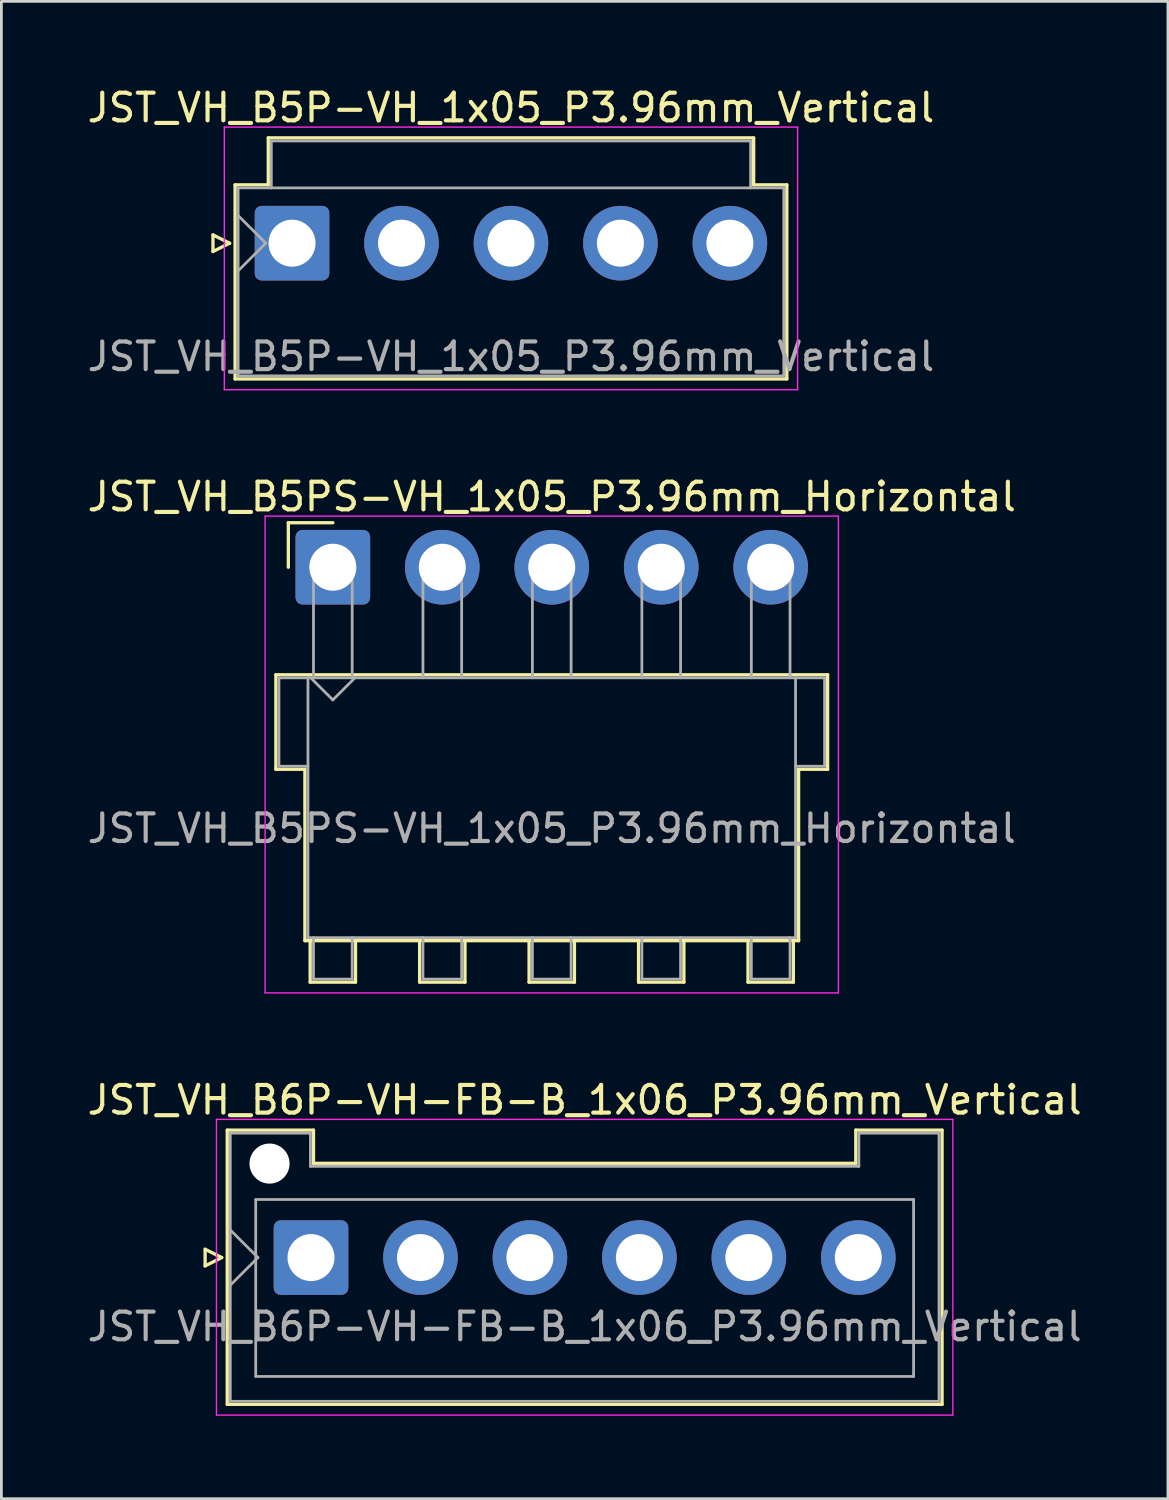
<source format=kicad_pcb>
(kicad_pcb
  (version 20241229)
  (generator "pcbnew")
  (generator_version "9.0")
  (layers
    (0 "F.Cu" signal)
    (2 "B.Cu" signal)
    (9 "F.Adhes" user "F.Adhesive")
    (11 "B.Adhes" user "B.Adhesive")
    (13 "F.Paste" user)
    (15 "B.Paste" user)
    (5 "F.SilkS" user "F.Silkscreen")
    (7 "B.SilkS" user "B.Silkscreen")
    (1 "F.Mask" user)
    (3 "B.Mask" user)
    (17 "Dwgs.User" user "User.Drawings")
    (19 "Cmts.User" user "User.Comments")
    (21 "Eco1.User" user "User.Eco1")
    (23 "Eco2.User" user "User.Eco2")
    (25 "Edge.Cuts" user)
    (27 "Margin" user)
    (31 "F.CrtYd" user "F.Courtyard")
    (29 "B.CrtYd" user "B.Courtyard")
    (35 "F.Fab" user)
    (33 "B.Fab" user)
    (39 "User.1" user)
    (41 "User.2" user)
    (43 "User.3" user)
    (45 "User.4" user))
  (footprint "JST_VH_B6P-VH-FB-B_1x06_P3.96mm_Vertical"
    (layer "F.Cu")
    (at 8.201 42.445)
    (property "Reference" "JST_VH_B6P-VH-FB-B_1x06_P3.96mm_Vertical" (at 9.9 -5.7 0) (layer "F.SilkS") (effects (font (size 1 1) (thickness 0.15))))
    (attr through_hole)
    (fp_line (start -3.83 -0.3) (end -3.23 0) (stroke (width 0.12) (type solid)) (layer "F.SilkS"))
    (fp_line (start -3.83 0.3) (end -3.83 -0.3) (stroke (width 0.12) (type solid)) (layer "F.SilkS"))
    (fp_line (start -3.23 0) (end -3.83 0.3) (stroke (width 0.12) (type solid)) (layer "F.SilkS"))
    (fp_line (start -3.03 -4.61) (end 0.09 -4.61) (stroke (width 0.12) (type solid)) (layer "F.SilkS"))
    (fp_line (start -3.03 5.31) (end -3.03 -4.61) (stroke (width 0.12) (type solid)) (layer "F.SilkS"))
    (fp_line (start 0.09 -4.61) (end 0.09 -3.41) (stroke (width 0.12) (type solid)) (layer "F.SilkS"))
    (fp_line (start 0.09 -3.41) (end 19.71 -3.41) (stroke (width 0.12) (type solid)) (layer "F.SilkS"))
    (fp_line (start 19.71 -4.61) (end 22.83 -4.61) (stroke (width 0.12) (type solid)) (layer "F.SilkS"))
    (fp_line (start 19.71 -3.41) (end 19.71 -4.61) (stroke (width 0.12) (type solid)) (layer "F.SilkS"))
    (fp_line (start 22.83 -4.61) (end 22.83 5.31) (stroke (width 0.12) (type solid)) (layer "F.SilkS"))
    (fp_line (start 22.83 5.31) (end -3.03 5.31) (stroke (width 0.12) (type solid)) (layer "F.SilkS"))
    (fp_line (start -3.42 -5) (end -3.42 5.7) (stroke (width 0.05) (type solid)) (layer "F.CrtYd"))
    (fp_line (start -3.42 5.7) (end 23.22 5.7) (stroke (width 0.05) (type solid)) (layer "F.CrtYd"))
    (fp_line (start 23.22 -5) (end -3.42 -5) (stroke (width 0.05) (type solid)) (layer "F.CrtYd"))
    (fp_line (start 23.22 5.7) (end 23.22 -5) (stroke (width 0.05) (type solid)) (layer "F.CrtYd"))
    (fp_line (start -2.92 -4.5) (end -0.02 -4.5) (stroke (width 0.1) (type solid)) (layer "F.Fab"))
    (fp_line (start -2.92 -1) (end -1.92 0) (stroke (width 0.1) (type solid)) (layer "F.Fab"))
    (fp_line (start -2.92 1) (end -1.92 0) (stroke (width 0.1) (type solid)) (layer "F.Fab"))
    (fp_line (start -2.92 5.2) (end -2.92 -4.5) (stroke (width 0.1) (type solid)) (layer "F.Fab"))
    (fp_line (start -2 -2.1) (end 21.8 -2.1) (stroke (width 0.1) (type solid)) (layer "F.Fab"))
    (fp_line (start -2 4.3) (end -2 -2.1) (stroke (width 0.1) (type solid)) (layer "F.Fab"))
    (fp_line (start -0.02 -4.5) (end -0.02 -3.3) (stroke (width 0.1) (type solid)) (layer "F.Fab"))
    (fp_line (start -0.02 -3.3) (end 19.82 -3.3) (stroke (width 0.1) (type solid)) (layer "F.Fab"))
    (fp_line (start 19.82 -4.5) (end 22.72 -4.5) (stroke (width 0.1) (type solid)) (layer "F.Fab"))
    (fp_line (start 19.82 -3.3) (end 19.82 -4.5) (stroke (width 0.1) (type solid)) (layer "F.Fab"))
    (fp_line (start 21.8 -2.1) (end 21.8 4.3) (stroke (width 0.1) (type solid)) (layer "F.Fab"))
    (fp_line (start 21.8 4.3) (end -2 4.3) (stroke (width 0.1) (type solid)) (layer "F.Fab"))
    (fp_line (start 22.72 -4.5) (end 22.72 5.2) (stroke (width 0.1) (type solid)) (layer "F.Fab"))
    (fp_line (start 22.72 5.2) (end -2.92 5.2) (stroke (width 0.1) (type solid)) (layer "F.Fab"))
    (fp_text user "${REFERENCE}" (at 9.9 2.5 0) (layer "F.Fab") (effects (font (size 1 1) (thickness 0.15))))
    (pad "" np_thru_hole circle (at -1.5 -3.4) (size 1.45 1.45) (drill 1.45) (layers "*.Cu" "*.Mask"))
    (pad "1" thru_hole roundrect (at 0 0) (size 2.7 2.7) (drill 1.7) (layers "*.Cu" "*.Mask") (roundrect_rratio 0.093))
    (pad "2" thru_hole circle (at 3.96 0) (size 2.7 2.7) (drill 1.7) (layers "*.Cu" "*.Mask"))
    (pad "3" thru_hole circle (at 7.92 0) (size 2.7 2.7) (drill 1.7) (layers "*.Cu" "*.Mask"))
    (pad "4" thru_hole circle (at 11.88 0) (size 2.7 2.7) (drill 1.7) (layers "*.Cu" "*.Mask"))
    (pad "5" thru_hole circle (at 15.84 0) (size 2.7 2.7) (drill 1.7) (layers "*.Cu" "*.Mask"))
    (pad "6" thru_hole circle (at 19.8 0) (size 2.7 2.7) (drill 1.7) (layers "*.Cu" "*.Mask")))
  (footprint "JST_VH_B5P-VH_1x05_P3.96mm_Vertical"
    (layer "F.Cu")
    (at 7.515 5.748)
    (property "Reference" "JST_VH_B5P-VH_1x05_P3.96mm_Vertical" (at 7.92 -4.9 0) (layer "F.SilkS") (effects (font (size 1 1) (thickness 0.15))))
    (attr through_hole)
    (fp_line (start -2.86 -0.3) (end -2.26 0) (stroke (width 0.12) (type solid)) (layer "F.SilkS"))
    (fp_line (start -2.86 0.3) (end -2.86 -0.3) (stroke (width 0.12) (type solid)) (layer "F.SilkS"))
    (fp_line (start -2.26 0) (end -2.86 0.3) (stroke (width 0.12) (type solid)) (layer "F.SilkS"))
    (fp_line (start -2.06 -2.11) (end -0.86 -2.11) (stroke (width 0.12) (type solid)) (layer "F.SilkS"))
    (fp_line (start -2.06 4.91) (end -2.06 -2.11) (stroke (width 0.12) (type solid)) (layer "F.SilkS"))
    (fp_line (start -0.86 -3.81) (end 16.7 -3.81) (stroke (width 0.12) (type solid)) (layer "F.SilkS"))
    (fp_line (start -0.86 -2.11) (end -0.86 -3.81) (stroke (width 0.12) (type solid)) (layer "F.SilkS"))
    (fp_line (start 16.7 -3.81) (end 16.7 -2.11) (stroke (width 0.12) (type solid)) (layer "F.SilkS"))
    (fp_line (start 16.7 -2.11) (end 17.9 -2.11) (stroke (width 0.12) (type solid)) (layer "F.SilkS"))
    (fp_line (start 17.9 -2.11) (end 17.9 4.91) (stroke (width 0.12) (type solid)) (layer "F.SilkS"))
    (fp_line (start 17.9 4.91) (end -2.06 4.91) (stroke (width 0.12) (type solid)) (layer "F.SilkS"))
    (fp_line (start -2.45 -4.2) (end -2.45 5.3) (stroke (width 0.05) (type solid)) (layer "F.CrtYd"))
    (fp_line (start -2.45 5.3) (end 18.29 5.3) (stroke (width 0.05) (type solid)) (layer "F.CrtYd"))
    (fp_line (start 18.29 -4.2) (end -2.45 -4.2) (stroke (width 0.05) (type solid)) (layer "F.CrtYd"))
    (fp_line (start 18.29 5.3) (end 18.29 -4.2) (stroke (width 0.05) (type solid)) (layer "F.CrtYd"))
    (fp_line (start -1.95 -2) (end -1.95 4.8) (stroke (width 0.1) (type solid)) (layer "F.Fab"))
    (fp_line (start -1.95 -1) (end -0.95 0) (stroke (width 0.1) (type solid)) (layer "F.Fab"))
    (fp_line (start -1.95 1) (end -0.95 0) (stroke (width 0.1) (type solid)) (layer "F.Fab"))
    (fp_line (start -1.95 4.8) (end 17.79 4.8) (stroke (width 0.1) (type solid)) (layer "F.Fab"))
    (fp_line (start -0.75 -3.7) (end 16.59 -3.7) (stroke (width 0.1) (type solid)) (layer "F.Fab"))
    (fp_line (start -0.75 -2) (end -0.75 -3.7) (stroke (width 0.1) (type solid)) (layer "F.Fab"))
    (fp_line (start 16.59 -3.7) (end 16.59 -2) (stroke (width 0.1) (type solid)) (layer "F.Fab"))
    (fp_line (start 17.79 -2) (end -1.95 -2) (stroke (width 0.1) (type solid)) (layer "F.Fab"))
    (fp_line (start 17.79 4.8) (end 17.79 -2) (stroke (width 0.1) (type solid)) (layer "F.Fab"))
    (fp_text user "${REFERENCE}" (at 7.92 4.1 0) (layer "F.Fab") (effects (font (size 1 1) (thickness 0.15))))
    (pad "1" thru_hole roundrect (at 0 0) (size 2.7 2.7) (drill 1.7) (layers "*.Cu" "*.Mask") (roundrect_rratio 0.093))
    (pad "2" thru_hole circle (at 3.96 0) (size 2.7 2.7) (drill 1.7) (layers "*.Cu" "*.Mask"))
    (pad "3" thru_hole circle (at 7.92 0) (size 2.7 2.7) (drill 1.7) (layers "*.Cu" "*.Mask"))
    (pad "4" thru_hole circle (at 11.88 0) (size 2.7 2.7) (drill 1.7) (layers "*.Cu" "*.Mask"))
    (pad "5" thru_hole circle (at 15.84 0) (size 2.7 2.7) (drill 1.7) (layers "*.Cu" "*.Mask")))
  (footprint "JST_VH_B5PS-VH_1x05_P3.96mm_Horizontal"
    (layer "F.Cu")
    (at 8.991 17.471)
    (property "Reference" "JST_VH_B5PS-VH_1x05_P3.96mm_Horizontal" (at 7.92 -2.55 0) (layer "F.SilkS") (effects (font (size 1 1) (thickness 0.15))))
    (attr through_hole)
    (fp_line (start -2.06 3.89) (end 17.9 3.89) (stroke (width 0.12) (type solid)) (layer "F.SilkS"))
    (fp_line (start -2.06 7.31) (end -2.06 3.89) (stroke (width 0.12) (type solid)) (layer "F.SilkS"))
    (fp_line (start -1.61 -1.61) (end -1.61 0) (stroke (width 0.12) (type solid)) (layer "F.SilkS"))
    (fp_line (start -1.01 7.31) (end -2.06 7.31) (stroke (width 0.12) (type solid)) (layer "F.SilkS"))
    (fp_line (start -1.01 13.51) (end -1.01 7.31) (stroke (width 0.12) (type solid)) (layer "F.SilkS"))
    (fp_line (start -0.82 13.51) (end -0.82 15.01) (stroke (width 0.12) (type solid)) (layer "F.SilkS"))
    (fp_line (start -0.82 15.01) (end 0.82 15.01) (stroke (width 0.12) (type solid)) (layer "F.SilkS"))
    (fp_line (start 0 -1.61) (end -1.61 -1.61) (stroke (width 0.12) (type solid)) (layer "F.SilkS"))
    (fp_line (start 0.82 15.01) (end 0.82 13.51) (stroke (width 0.12) (type solid)) (layer "F.SilkS"))
    (fp_line (start 3.14 13.51) (end 3.14 15.01) (stroke (width 0.12) (type solid)) (layer "F.SilkS"))
    (fp_line (start 3.14 15.01) (end 4.78 15.01) (stroke (width 0.12) (type solid)) (layer "F.SilkS"))
    (fp_line (start 4.78 15.01) (end 4.78 13.51) (stroke (width 0.12) (type solid)) (layer "F.SilkS"))
    (fp_line (start 7.1 13.51) (end 7.1 15.01) (stroke (width 0.12) (type solid)) (layer "F.SilkS"))
    (fp_line (start 7.1 15.01) (end 8.74 15.01) (stroke (width 0.12) (type solid)) (layer "F.SilkS"))
    (fp_line (start 8.74 15.01) (end 8.74 13.51) (stroke (width 0.12) (type solid)) (layer "F.SilkS"))
    (fp_line (start 11.06 13.51) (end 11.06 15.01) (stroke (width 0.12) (type solid)) (layer "F.SilkS"))
    (fp_line (start 11.06 15.01) (end 12.7 15.01) (stroke (width 0.12) (type solid)) (layer "F.SilkS"))
    (fp_line (start 12.7 15.01) (end 12.7 13.51) (stroke (width 0.12) (type solid)) (layer "F.SilkS"))
    (fp_line (start 15.02 13.51) (end 15.02 15.01) (stroke (width 0.12) (type solid)) (layer "F.SilkS"))
    (fp_line (start 15.02 15.01) (end 16.66 15.01) (stroke (width 0.12) (type solid)) (layer "F.SilkS"))
    (fp_line (start 16.66 15.01) (end 16.66 13.51) (stroke (width 0.12) (type solid)) (layer "F.SilkS"))
    (fp_line (start 16.85 7.31) (end 16.85 13.51) (stroke (width 0.12) (type solid)) (layer "F.SilkS"))
    (fp_line (start 16.85 13.51) (end -1.01 13.51) (stroke (width 0.12) (type solid)) (layer "F.SilkS"))
    (fp_line (start 17.9 3.89) (end 17.9 7.31) (stroke (width 0.12) (type solid)) (layer "F.SilkS"))
    (fp_line (start 17.9 7.31) (end 16.85 7.31) (stroke (width 0.12) (type solid)) (layer "F.SilkS"))
    (fp_line (start -2.45 -1.85) (end -2.45 15.4) (stroke (width 0.05) (type solid)) (layer "F.CrtYd"))
    (fp_line (start -2.45 15.4) (end 18.29 15.4) (stroke (width 0.05) (type solid)) (layer "F.CrtYd"))
    (fp_line (start 18.29 -1.85) (end -2.45 -1.85) (stroke (width 0.05) (type solid)) (layer "F.CrtYd"))
    (fp_line (start 18.29 15.4) (end 18.29 -1.85) (stroke (width 0.05) (type solid)) (layer "F.CrtYd"))
    (fp_line (start -1.95 4) (end -0.9 4) (stroke (width 0.1) (type solid)) (layer "F.Fab"))
    (fp_line (start -1.95 7.2) (end -1.95 4) (stroke (width 0.1) (type solid)) (layer "F.Fab"))
    (fp_line (start -0.9 4) (end -0.9 13.4) (stroke (width 0.1) (type solid)) (layer "F.Fab"))
    (fp_line (start -0.9 7.2) (end -1.95 7.2) (stroke (width 0.1) (type solid)) (layer "F.Fab"))
    (fp_line (start -0.9 13.4) (end 16.74 13.4) (stroke (width 0.1) (type solid)) (layer "F.Fab"))
    (fp_line (start -0.8 4) (end 0 4.8) (stroke (width 0.1) (type solid)) (layer "F.Fab"))
    (fp_line (start -0.7 0) (end 0.7 0) (stroke (width 0.1) (type solid)) (layer "F.Fab"))
    (fp_line (start -0.7 4) (end -0.7 0) (stroke (width 0.1) (type solid)) (layer "F.Fab"))
    (fp_line (start -0.7 13.4) (end -0.7 14.9) (stroke (width 0.1) (type solid)) (layer "F.Fab"))
    (fp_line (start -0.7 14.9) (end 0.7 14.9) (stroke (width 0.1) (type solid)) (layer "F.Fab"))
    (fp_line (start 0 4.8) (end 0.8 4) (stroke (width 0.1) (type solid)) (layer "F.Fab"))
    (fp_line (start 0.7 0) (end 0.7 4) (stroke (width 0.1) (type solid)) (layer "F.Fab"))
    (fp_line (start 0.7 14.9) (end 0.7 13.4) (stroke (width 0.1) (type solid)) (layer "F.Fab"))
    (fp_line (start 3.26 0) (end 4.66 0) (stroke (width 0.1) (type solid)) (layer "F.Fab"))
    (fp_line (start 3.26 4) (end 3.26 0) (stroke (width 0.1) (type solid)) (layer "F.Fab"))
    (fp_line (start 3.26 13.4) (end 3.26 14.9) (stroke (width 0.1) (type solid)) (layer "F.Fab"))
    (fp_line (start 3.26 14.9) (end 4.66 14.9) (stroke (width 0.1) (type solid)) (layer "F.Fab"))
    (fp_line (start 4.66 0) (end 4.66 4) (stroke (width 0.1) (type solid)) (layer "F.Fab"))
    (fp_line (start 4.66 14.9) (end 4.66 13.4) (stroke (width 0.1) (type solid)) (layer "F.Fab"))
    (fp_line (start 7.22 0) (end 8.62 0) (stroke (width 0.1) (type solid)) (layer "F.Fab"))
    (fp_line (start 7.22 4) (end 7.22 0) (stroke (width 0.1) (type solid)) (layer "F.Fab"))
    (fp_line (start 7.22 13.4) (end 7.22 14.9) (stroke (width 0.1) (type solid)) (layer "F.Fab"))
    (fp_line (start 7.22 14.9) (end 8.62 14.9) (stroke (width 0.1) (type solid)) (layer "F.Fab"))
    (fp_line (start 8.62 0) (end 8.62 4) (stroke (width 0.1) (type solid)) (layer "F.Fab"))
    (fp_line (start 8.62 14.9) (end 8.62 13.4) (stroke (width 0.1) (type solid)) (layer "F.Fab"))
    (fp_line (start 11.18 0) (end 12.58 0) (stroke (width 0.1) (type solid)) (layer "F.Fab"))
    (fp_line (start 11.18 4) (end 11.18 0) (stroke (width 0.1) (type solid)) (layer "F.Fab"))
    (fp_line (start 11.18 13.4) (end 11.18 14.9) (stroke (width 0.1) (type solid)) (layer "F.Fab"))
    (fp_line (start 11.18 14.9) (end 12.58 14.9) (stroke (width 0.1) (type solid)) (layer "F.Fab"))
    (fp_line (start 12.58 0) (end 12.58 4) (stroke (width 0.1) (type solid)) (layer "F.Fab"))
    (fp_line (start 12.58 14.9) (end 12.58 13.4) (stroke (width 0.1) (type solid)) (layer "F.Fab"))
    (fp_line (start 15.14 0) (end 16.54 0) (stroke (width 0.1) (type solid)) (layer "F.Fab"))
    (fp_line (start 15.14 4) (end 15.14 0) (stroke (width 0.1) (type solid)) (layer "F.Fab"))
    (fp_line (start 15.14 13.4) (end 15.14 14.9) (stroke (width 0.1) (type solid)) (layer "F.Fab"))
    (fp_line (start 15.14 14.9) (end 16.54 14.9) (stroke (width 0.1) (type solid)) (layer "F.Fab"))
    (fp_line (start 16.54 0) (end 16.54 4) (stroke (width 0.1) (type solid)) (layer "F.Fab"))
    (fp_line (start 16.54 14.9) (end 16.54 13.4) (stroke (width 0.1) (type solid)) (layer "F.Fab"))
    (fp_line (start 16.74 4) (end -0.9 4) (stroke (width 0.1) (type solid)) (layer "F.Fab"))
    (fp_line (start 16.74 4) (end 17.79 4) (stroke (width 0.1) (type solid)) (layer "F.Fab"))
    (fp_line (start 16.74 13.4) (end 16.74 4) (stroke (width 0.1) (type solid)) (layer "F.Fab"))
    (fp_line (start 17.79 4) (end 17.79 7.2) (stroke (width 0.1) (type solid)) (layer "F.Fab"))
    (fp_line (start 17.79 7.2) (end 16.74 7.2) (stroke (width 0.1) (type solid)) (layer "F.Fab"))
    (fp_text user "${REFERENCE}" (at 7.92 9.45 0) (layer "F.Fab") (effects (font (size 1 1) (thickness 0.15))))
    (pad "1" thru_hole roundrect (at 0 0) (size 2.7 2.7) (drill 1.7) (layers "*.Cu" "*.Mask") (roundrect_rratio 0.093))
    (pad "2" thru_hole circle (at 3.96 0) (size 2.7 2.7) (drill 1.7) (layers "*.Cu" "*.Mask"))
    (pad "3" thru_hole circle (at 7.92 0) (size 2.7 2.7) (drill 1.7) (layers "*.Cu" "*.Mask"))
    (pad "4" thru_hole circle (at 11.88 0) (size 2.7 2.7) (drill 1.7) (layers "*.Cu" "*.Mask"))
    (pad "5" thru_hole circle (at 15.84 0) (size 2.7 2.7) (drill 1.7) (layers "*.Cu" "*.Mask")))
  (gr_rect
    (start -3 -3)
    (end 39.202 51.17)
    (stroke (width 0.1) (type default))
    (fill no)
    (layer "Edge.Cuts")))
</source>
